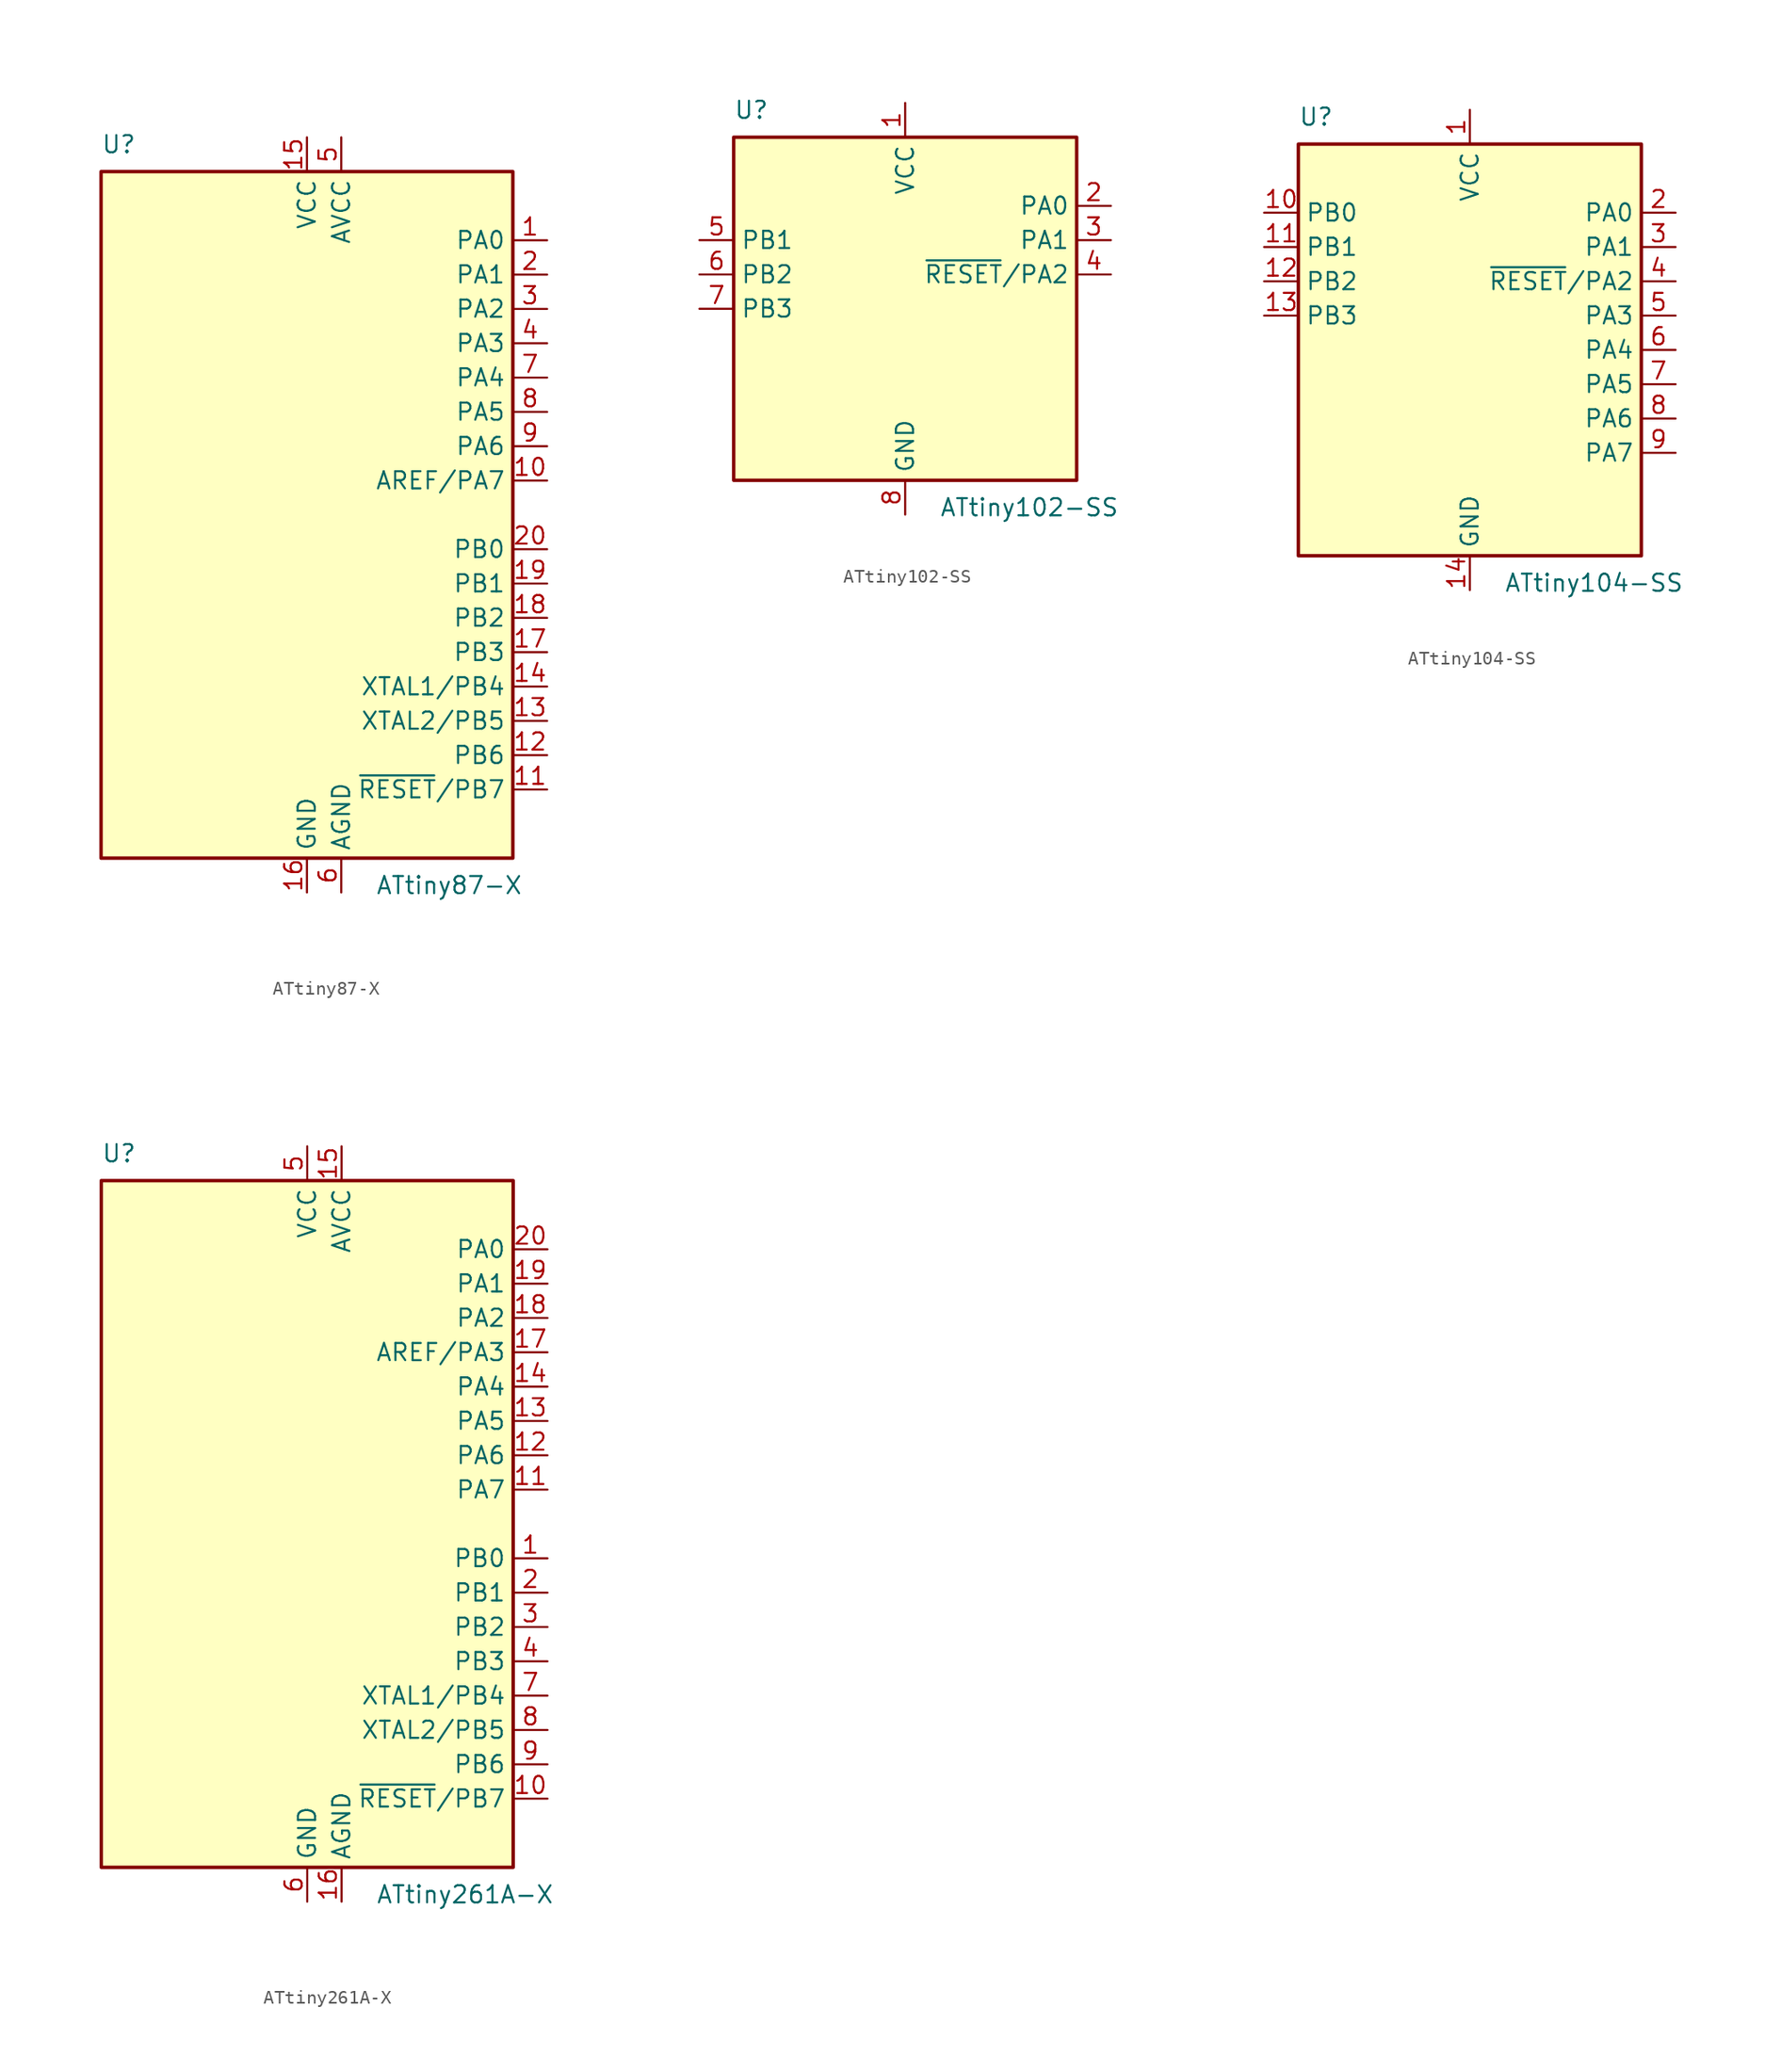
<source format=kicad_sym>
(kicad_symbol_lib
  (version 20220914)
  (generator kicad_symbol_editor)
  (symbol "ATtiny87-X"
    (property "Reference" "U"
      (at -15.24 26.67 0)
      (effects (font (size 1.27 1.27)) (justify left bottom)))
    (property "Value" "ATtiny87-X"
      (at 5.08 -26.67 0)
      (effects (font (size 1.27 1.27)) (justify left top)))
    (symbol "ATtiny87-X_0_1"
      (rectangle (start -15.24 -25.4) (end 15.24 25.4) (stroke (width 0.254) (type default)) (fill (type background))))
    (symbol "ATtiny87-X_1_1"
      (pin bidirectional line (at 17.78 20.32 180) (length 2.54) (name "PA0" (effects (font (size 1.27 1.27)))) (number "1" (effects (font (size 1.27 1.27)))))
      (pin bidirectional line (at 17.78 2.54 180) (length 2.54) (name "AREF/PA7" (effects (font (size 1.27 1.27)))) (number "10" (effects (font (size 1.27 1.27)))))
      (pin bidirectional line (at 17.78 -20.32 180) (length 2.54) (name "~{RESET}/PB7" (effects (font (size 1.27 1.27)))) (number "11" (effects (font (size 1.27 1.27)))))
      (pin bidirectional line (at 17.78 -17.78 180) (length 2.54) (name "PB6" (effects (font (size 1.27 1.27)))) (number "12" (effects (font (size 1.27 1.27)))))
      (pin bidirectional line (at 17.78 -15.24 180) (length 2.54) (name "XTAL2/PB5" (effects (font (size 1.27 1.27)))) (number "13" (effects (font (size 1.27 1.27)))))
      (pin bidirectional line (at 17.78 -12.7 180) (length 2.54) (name "XTAL1/PB4" (effects (font (size 1.27 1.27)))) (number "14" (effects (font (size 1.27 1.27)))))
      (pin power_in line (at 0 27.94 270) (length 2.54) (name "VCC" (effects (font (size 1.27 1.27)))) (number "15" (effects (font (size 1.27 1.27)))))
      (pin power_in line (at 0 -27.94 90) (length 2.54) (name "GND" (effects (font (size 1.27 1.27)))) (number "16" (effects (font (size 1.27 1.27)))))
      (pin bidirectional line (at 17.78 -10.16 180) (length 2.54) (name "PB3" (effects (font (size 1.27 1.27)))) (number "17" (effects (font (size 1.27 1.27)))))
      (pin bidirectional line (at 17.78 -7.62 180) (length 2.54) (name "PB2" (effects (font (size 1.27 1.27)))) (number "18" (effects (font (size 1.27 1.27)))))
      (pin bidirectional line (at 17.78 -5.08 180) (length 2.54) (name "PB1" (effects (font (size 1.27 1.27)))) (number "19" (effects (font (size 1.27 1.27)))))
      (pin bidirectional line (at 17.78 17.78 180) (length 2.54) (name "PA1" (effects (font (size 1.27 1.27)))) (number "2" (effects (font (size 1.27 1.27)))))
      (pin bidirectional line (at 17.78 -2.54 180) (length 2.54) (name "PB0" (effects (font (size 1.27 1.27)))) (number "20" (effects (font (size 1.27 1.27)))))
      (pin bidirectional line (at 17.78 15.24 180) (length 2.54) (name "PA2" (effects (font (size 1.27 1.27)))) (number "3" (effects (font (size 1.27 1.27)))))
      (pin bidirectional line (at 17.78 12.7 180) (length 2.54) (name "PA3" (effects (font (size 1.27 1.27)))) (number "4" (effects (font (size 1.27 1.27)))))
      (pin power_in line (at 2.54 27.94 270) (length 2.54) (name "AVCC" (effects (font (size 1.27 1.27)))) (number "5" (effects (font (size 1.27 1.27)))))
      (pin power_in line (at 2.54 -27.94 90) (length 2.54) (name "AGND" (effects (font (size 1.27 1.27)))) (number "6" (effects (font (size 1.27 1.27)))))
      (pin bidirectional line (at 17.78 10.16 180) (length 2.54) (name "PA4" (effects (font (size 1.27 1.27)))) (number "7" (effects (font (size 1.27 1.27)))))
      (pin bidirectional line (at 17.78 7.62 180) (length 2.54) (name "PA5" (effects (font (size 1.27 1.27)))) (number "8" (effects (font (size 1.27 1.27)))))
      (pin bidirectional line (at 17.78 5.08 180) (length 2.54) (name "PA6" (effects (font (size 1.27 1.27)))) (number "9" (effects (font (size 1.27 1.27)))))))
  (symbol "ATtiny102-SS"
    (property "Reference" "U"
      (at -12.7 13.97 0)
      (effects (font (size 1.27 1.27)) (justify left bottom)))
    (property "Value" "ATtiny102-SS"
      (at 2.54 -13.97 0)
      (effects (font (size 1.27 1.27)) (justify left top)))
    (symbol "ATtiny102-SS_0_1"
      (rectangle (start -12.7 -12.7) (end 12.7 12.7) (stroke (width 0.254) (type default)) (fill (type background))))
    (symbol "ATtiny102-SS_1_1"
      (pin power_in line (at 0 15.24 270) (length 2.54) (name "VCC" (effects (font (size 1.27 1.27)))) (number "1" (effects (font (size 1.27 1.27)))))
      (pin bidirectional line (at 15.24 7.62 180) (length 2.54) (name "PA0" (effects (font (size 1.27 1.27)))) (number "2" (effects (font (size 1.27 1.27)))))
      (pin bidirectional line (at 15.24 5.08 180) (length 2.54) (name "PA1" (effects (font (size 1.27 1.27)))) (number "3" (effects (font (size 1.27 1.27)))))
      (pin bidirectional line (at 15.24 2.54 180) (length 2.54) (name "~{RESET}/PA2" (effects (font (size 1.27 1.27)))) (number "4" (effects (font (size 1.27 1.27)))))
      (pin bidirectional line (at -15.24 5.08 0) (length 2.54) (name "PB1" (effects (font (size 1.27 1.27)))) (number "5" (effects (font (size 1.27 1.27)))))
      (pin bidirectional line (at -15.24 2.54 0) (length 2.54) (name "PB2" (effects (font (size 1.27 1.27)))) (number "6" (effects (font (size 1.27 1.27)))))
      (pin bidirectional line (at -15.24 0 0) (length 2.54) (name "PB3" (effects (font (size 1.27 1.27)))) (number "7" (effects (font (size 1.27 1.27)))))
      (pin power_in line (at 0 -15.24 90) (length 2.54) (name "GND" (effects (font (size 1.27 1.27)))) (number "8" (effects (font (size 1.27 1.27)))))))
  (symbol "ATtiny104-SS"
    (property "Reference" "U"
      (at -12.7 16.51 0)
      (effects (font (size 1.27 1.27)) (justify left bottom)))
    (property "Value" "ATtiny104-SS"
      (at 2.54 -16.51 0)
      (effects (font (size 1.27 1.27)) (justify left top)))
    (symbol "ATtiny104-SS_0_1"
      (rectangle (start -12.7 -15.24) (end 12.7 15.24) (stroke (width 0.254) (type default)) (fill (type background))))
    (symbol "ATtiny104-SS_1_1"
      (pin power_in line (at 0 17.78 270) (length 2.54) (name "VCC" (effects (font (size 1.27 1.27)))) (number "1" (effects (font (size 1.27 1.27)))))
      (pin bidirectional line (at -15.24 10.16 0) (length 2.54) (name "PB0" (effects (font (size 1.27 1.27)))) (number "10" (effects (font (size 1.27 1.27)))))
      (pin bidirectional line (at -15.24 7.62 0) (length 2.54) (name "PB1" (effects (font (size 1.27 1.27)))) (number "11" (effects (font (size 1.27 1.27)))))
      (pin bidirectional line (at -15.24 5.08 0) (length 2.54) (name "PB2" (effects (font (size 1.27 1.27)))) (number "12" (effects (font (size 1.27 1.27)))))
      (pin bidirectional line (at -15.24 2.54 0) (length 2.54) (name "PB3" (effects (font (size 1.27 1.27)))) (number "13" (effects (font (size 1.27 1.27)))))
      (pin power_in line (at 0 -17.78 90) (length 2.54) (name "GND" (effects (font (size 1.27 1.27)))) (number "14" (effects (font (size 1.27 1.27)))))
      (pin bidirectional line (at 15.24 10.16 180) (length 2.54) (name "PA0" (effects (font (size 1.27 1.27)))) (number "2" (effects (font (size 1.27 1.27)))))
      (pin bidirectional line (at 15.24 7.62 180) (length 2.54) (name "PA1" (effects (font (size 1.27 1.27)))) (number "3" (effects (font (size 1.27 1.27)))))
      (pin bidirectional line (at 15.24 5.08 180) (length 2.54) (name "~{RESET}/PA2" (effects (font (size 1.27 1.27)))) (number "4" (effects (font (size 1.27 1.27)))))
      (pin bidirectional line (at 15.24 2.54 180) (length 2.54) (name "PA3" (effects (font (size 1.27 1.27)))) (number "5" (effects (font (size 1.27 1.27)))))
      (pin bidirectional line (at 15.24 0 180) (length 2.54) (name "PA4" (effects (font (size 1.27 1.27)))) (number "6" (effects (font (size 1.27 1.27)))))
      (pin bidirectional line (at 15.24 -2.54 180) (length 2.54) (name "PA5" (effects (font (size 1.27 1.27)))) (number "7" (effects (font (size 1.27 1.27)))))
      (pin bidirectional line (at 15.24 -5.08 180) (length 2.54) (name "PA6" (effects (font (size 1.27 1.27)))) (number "8" (effects (font (size 1.27 1.27)))))
      (pin bidirectional line (at 15.24 -7.62 180) (length 2.54) (name "PA7" (effects (font (size 1.27 1.27)))) (number "9" (effects (font (size 1.27 1.27)))))))
  (symbol "ATtiny261A-X"
    (property "Reference" "U"
      (at -15.24 26.67 0)
      (effects (font (size 1.27 1.27)) (justify left bottom)))
    (property "Value" "ATtiny261A-X"
      (at 5.08 -26.67 0)
      (effects (font (size 1.27 1.27)) (justify left top)))
    (symbol "ATtiny261A-X_0_1"
      (rectangle (start -15.24 -25.4) (end 15.24 25.4) (stroke (width 0.254) (type default)) (fill (type background))))
    (symbol "ATtiny261A-X_1_1"
      (pin bidirectional line (at 17.78 -2.54 180) (length 2.54) (name "PB0" (effects (font (size 1.27 1.27)))) (number "1" (effects (font (size 1.27 1.27)))))
      (pin bidirectional line (at 17.78 -20.32 180) (length 2.54) (name "~{RESET}/PB7" (effects (font (size 1.27 1.27)))) (number "10" (effects (font (size 1.27 1.27)))))
      (pin bidirectional line (at 17.78 2.54 180) (length 2.54) (name "PA7" (effects (font (size 1.27 1.27)))) (number "11" (effects (font (size 1.27 1.27)))))
      (pin bidirectional line (at 17.78 5.08 180) (length 2.54) (name "PA6" (effects (font (size 1.27 1.27)))) (number "12" (effects (font (size 1.27 1.27)))))
      (pin bidirectional line (at 17.78 7.62 180) (length 2.54) (name "PA5" (effects (font (size 1.27 1.27)))) (number "13" (effects (font (size 1.27 1.27)))))
      (pin bidirectional line (at 17.78 10.16 180) (length 2.54) (name "PA4" (effects (font (size 1.27 1.27)))) (number "14" (effects (font (size 1.27 1.27)))))
      (pin power_in line (at 2.54 27.94 270) (length 2.54) (name "AVCC" (effects (font (size 1.27 1.27)))) (number "15" (effects (font (size 1.27 1.27)))))
      (pin power_in line (at 2.54 -27.94 90) (length 2.54) (name "AGND" (effects (font (size 1.27 1.27)))) (number "16" (effects (font (size 1.27 1.27)))))
      (pin bidirectional line (at 17.78 12.7 180) (length 2.54) (name "AREF/PA3" (effects (font (size 1.27 1.27)))) (number "17" (effects (font (size 1.27 1.27)))))
      (pin bidirectional line (at 17.78 15.24 180) (length 2.54) (name "PA2" (effects (font (size 1.27 1.27)))) (number "18" (effects (font (size 1.27 1.27)))))
      (pin bidirectional line (at 17.78 17.78 180) (length 2.54) (name "PA1" (effects (font (size 1.27 1.27)))) (number "19" (effects (font (size 1.27 1.27)))))
      (pin bidirectional line (at 17.78 -5.08 180) (length 2.54) (name "PB1" (effects (font (size 1.27 1.27)))) (number "2" (effects (font (size 1.27 1.27)))))
      (pin bidirectional line (at 17.78 20.32 180) (length 2.54) (name "PA0" (effects (font (size 1.27 1.27)))) (number "20" (effects (font (size 1.27 1.27)))))
      (pin bidirectional line (at 17.78 -7.62 180) (length 2.54) (name "PB2" (effects (font (size 1.27 1.27)))) (number "3" (effects (font (size 1.27 1.27)))))
      (pin bidirectional line (at 17.78 -10.16 180) (length 2.54) (name "PB3" (effects (font (size 1.27 1.27)))) (number "4" (effects (font (size 1.27 1.27)))))
      (pin power_in line (at 0 27.94 270) (length 2.54) (name "VCC" (effects (font (size 1.27 1.27)))) (number "5" (effects (font (size 1.27 1.27)))))
      (pin power_in line (at 0 -27.94 90) (length 2.54) (name "GND" (effects (font (size 1.27 1.27)))) (number "6" (effects (font (size 1.27 1.27)))))
      (pin bidirectional line (at 17.78 -12.7 180) (length 2.54) (name "XTAL1/PB4" (effects (font (size 1.27 1.27)))) (number "7" (effects (font (size 1.27 1.27)))))
      (pin bidirectional line (at 17.78 -15.24 180) (length 2.54) (name "XTAL2/PB5" (effects (font (size 1.27 1.27)))) (number "8" (effects (font (size 1.27 1.27)))))
      (pin bidirectional line (at 17.78 -17.78 180) (length 2.54) (name "PB6" (effects (font (size 1.27 1.27)))) (number "9" (effects (font (size 1.27 1.27))))))))
</source>
